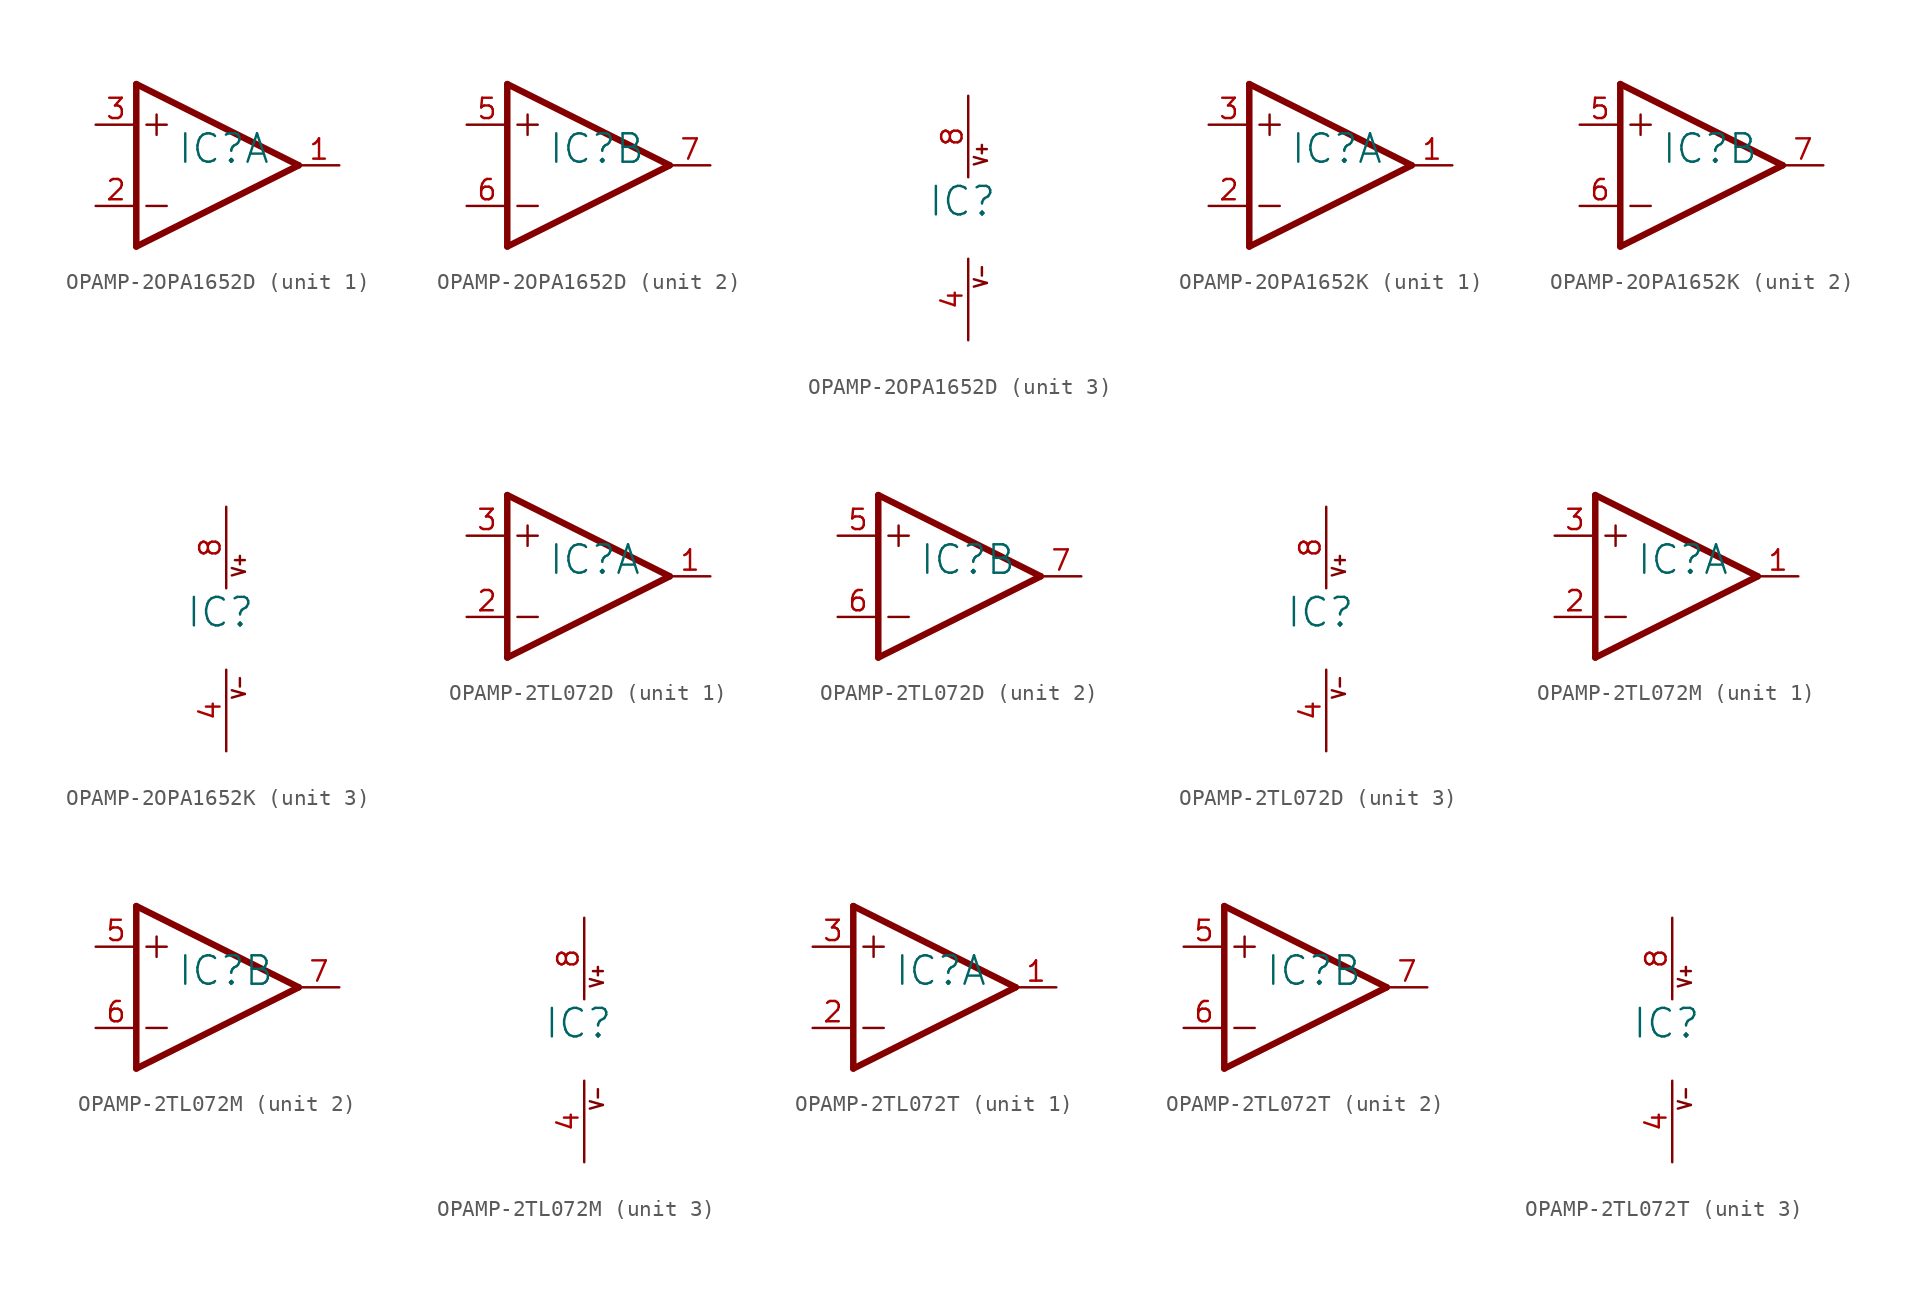
<source format=kicad_sym>
(kicad_symbol_lib
  (version 20231120)
  (generator "kicad_symbol_editor")
  (generator_version "8.0")
  (symbol "OPAMP-2OPA1652D"
    (property "Reference" "IC"
      (at -2.54 0 0)
      (effects (font (size 1.778 1.778)) (justify left bottom)))
    (property "ki_locked" ""
      (at 0 0 0)
      (effects (font (size 1.27 1.27))))
    (symbol "OPAMP-2OPA1652D_1_0"
      (polyline (pts (xy -5.08 -5.08) (xy 5.08 0)) (stroke (width 0.406) (type solid)) (fill (type none)))
      (polyline (pts (xy -5.08 5.08) (xy -5.08 -5.08)) (stroke (width 0.406) (type solid)) (fill (type none)))
      (polyline (pts (xy -4.445 -2.54) (xy -3.175 -2.54)) (stroke (width 0.152) (type solid)) (fill (type none)))
      (polyline (pts (xy -4.445 2.54) (xy -3.175 2.54)) (stroke (width 0.152) (type solid)) (fill (type none)))
      (polyline (pts (xy -3.81 3.175) (xy -3.81 1.905)) (stroke (width 0.152) (type solid)) (fill (type none)))
      (polyline (pts (xy 5.08 0) (xy -5.08 5.08)) (stroke (width 0.406) (type solid)) (fill (type none)))
      (pin output line (at 7.62 0 180) (length 2.54) (name "OUT" (effects (font (size 0 0)))) (number "1" (effects (font (size 1.27 1.27)))))
      (pin input line (at -7.62 -2.54 0) (length 2.54) (name "-IN" (effects (font (size 0 0)))) (number "2" (effects (font (size 1.27 1.27)))))
      (pin input line (at -7.62 2.54 0) (length 2.54) (name "+IN" (effects (font (size 0 0)))) (number "3" (effects (font (size 1.27 1.27))))))
    (symbol "OPAMP-2OPA1652D_2_0"
      (polyline (pts (xy -5.08 -5.08) (xy 5.08 0)) (stroke (width 0.406) (type solid)) (fill (type none)))
      (polyline (pts (xy -5.08 5.08) (xy -5.08 -5.08)) (stroke (width 0.406) (type solid)) (fill (type none)))
      (polyline (pts (xy -4.445 -2.54) (xy -3.175 -2.54)) (stroke (width 0.152) (type solid)) (fill (type none)))
      (polyline (pts (xy -4.445 2.54) (xy -3.175 2.54)) (stroke (width 0.152) (type solid)) (fill (type none)))
      (polyline (pts (xy -3.81 3.175) (xy -3.81 1.905)) (stroke (width 0.152) (type solid)) (fill (type none)))
      (polyline (pts (xy 5.08 0) (xy -5.08 5.08)) (stroke (width 0.406) (type solid)) (fill (type none)))
      (pin input line (at -7.62 2.54 0) (length 2.54) (name "+IN" (effects (font (size 0 0)))) (number "5" (effects (font (size 1.27 1.27)))))
      (pin input line (at -7.62 -2.54 0) (length 2.54) (name "-IN" (effects (font (size 0 0)))) (number "6" (effects (font (size 1.27 1.27)))))
      (pin output line (at 7.62 0 180) (length 2.54) (name "OUT" (effects (font (size 0 0)))) (number "7" (effects (font (size 1.27 1.27))))))
    (symbol "OPAMP-2OPA1652D_3_0"
      (text "V+" (at 1.27 3.175 900) (effects (font (size 0.813 0.691)) (justify left bottom)))
      (text "V-" (at 1.27 -4.445 900) (effects (font (size 0.813 0.691)) (justify left bottom)))
      (pin power_in line (at 0 -7.62 90) (length 5.08) (name "V-" (effects (font (size 0 0)))) (number "4" (effects (font (size 1.27 1.27)))))
      (pin power_in line (at 0 7.62 270) (length 5.08) (name "V+" (effects (font (size 0 0)))) (number "8" (effects (font (size 1.27 1.27)))))))
  (symbol "OPAMP-2OPA1652K"
    (property "Reference" "IC"
      (at -2.54 0 0)
      (effects (font (size 1.778 1.778)) (justify left bottom)))
    (property "ki_locked" ""
      (at 0 0 0)
      (effects (font (size 1.27 1.27))))
    (symbol "OPAMP-2OPA1652K_1_0"
      (polyline (pts (xy -5.08 -5.08) (xy 5.08 0)) (stroke (width 0.406) (type solid)) (fill (type none)))
      (polyline (pts (xy -5.08 5.08) (xy -5.08 -5.08)) (stroke (width 0.406) (type solid)) (fill (type none)))
      (polyline (pts (xy -4.445 -2.54) (xy -3.175 -2.54)) (stroke (width 0.152) (type solid)) (fill (type none)))
      (polyline (pts (xy -4.445 2.54) (xy -3.175 2.54)) (stroke (width 0.152) (type solid)) (fill (type none)))
      (polyline (pts (xy -3.81 3.175) (xy -3.81 1.905)) (stroke (width 0.152) (type solid)) (fill (type none)))
      (polyline (pts (xy 5.08 0) (xy -5.08 5.08)) (stroke (width 0.406) (type solid)) (fill (type none)))
      (pin output line (at 7.62 0 180) (length 2.54) (name "OUT" (effects (font (size 0 0)))) (number "1" (effects (font (size 1.27 1.27)))))
      (pin input line (at -7.62 -2.54 0) (length 2.54) (name "-IN" (effects (font (size 0 0)))) (number "2" (effects (font (size 1.27 1.27)))))
      (pin input line (at -7.62 2.54 0) (length 2.54) (name "+IN" (effects (font (size 0 0)))) (number "3" (effects (font (size 1.27 1.27))))))
    (symbol "OPAMP-2OPA1652K_2_0"
      (polyline (pts (xy -5.08 -5.08) (xy 5.08 0)) (stroke (width 0.406) (type solid)) (fill (type none)))
      (polyline (pts (xy -5.08 5.08) (xy -5.08 -5.08)) (stroke (width 0.406) (type solid)) (fill (type none)))
      (polyline (pts (xy -4.445 -2.54) (xy -3.175 -2.54)) (stroke (width 0.152) (type solid)) (fill (type none)))
      (polyline (pts (xy -4.445 2.54) (xy -3.175 2.54)) (stroke (width 0.152) (type solid)) (fill (type none)))
      (polyline (pts (xy -3.81 3.175) (xy -3.81 1.905)) (stroke (width 0.152) (type solid)) (fill (type none)))
      (polyline (pts (xy 5.08 0) (xy -5.08 5.08)) (stroke (width 0.406) (type solid)) (fill (type none)))
      (pin input line (at -7.62 2.54 0) (length 2.54) (name "+IN" (effects (font (size 0 0)))) (number "5" (effects (font (size 1.27 1.27)))))
      (pin input line (at -7.62 -2.54 0) (length 2.54) (name "-IN" (effects (font (size 0 0)))) (number "6" (effects (font (size 1.27 1.27)))))
      (pin output line (at 7.62 0 180) (length 2.54) (name "OUT" (effects (font (size 0 0)))) (number "7" (effects (font (size 1.27 1.27))))))
    (symbol "OPAMP-2OPA1652K_3_0"
      (text "V+" (at 1.27 3.175 900) (effects (font (size 0.813 0.691)) (justify left bottom)))
      (text "V-" (at 1.27 -4.445 900) (effects (font (size 0.813 0.691)) (justify left bottom)))
      (pin power_in line (at 0 -7.62 90) (length 5.08) (name "V-" (effects (font (size 0 0)))) (number "4" (effects (font (size 1.27 1.27)))))
      (pin power_in line (at 0 7.62 270) (length 5.08) (name "V+" (effects (font (size 0 0)))) (number "8" (effects (font (size 1.27 1.27)))))))
  (symbol "OPAMP-2TL072D"
    (property "Reference" "IC"
      (at -2.54 0 0)
      (effects (font (size 1.778 1.778)) (justify left bottom)))
    (property "ki_locked" ""
      (at 0 0 0)
      (effects (font (size 1.27 1.27))))
    (symbol "OPAMP-2TL072D_1_0"
      (polyline (pts (xy -5.08 -5.08) (xy 5.08 0)) (stroke (width 0.406) (type solid)) (fill (type none)))
      (polyline (pts (xy -5.08 5.08) (xy -5.08 -5.08)) (stroke (width 0.406) (type solid)) (fill (type none)))
      (polyline (pts (xy -4.445 -2.54) (xy -3.175 -2.54)) (stroke (width 0.152) (type solid)) (fill (type none)))
      (polyline (pts (xy -4.445 2.54) (xy -3.175 2.54)) (stroke (width 0.152) (type solid)) (fill (type none)))
      (polyline (pts (xy -3.81 3.175) (xy -3.81 1.905)) (stroke (width 0.152) (type solid)) (fill (type none)))
      (polyline (pts (xy 5.08 0) (xy -5.08 5.08)) (stroke (width 0.406) (type solid)) (fill (type none)))
      (pin output line (at 7.62 0 180) (length 2.54) (name "OUT" (effects (font (size 0 0)))) (number "1" (effects (font (size 1.27 1.27)))))
      (pin input line (at -7.62 -2.54 0) (length 2.54) (name "-IN" (effects (font (size 0 0)))) (number "2" (effects (font (size 1.27 1.27)))))
      (pin input line (at -7.62 2.54 0) (length 2.54) (name "+IN" (effects (font (size 0 0)))) (number "3" (effects (font (size 1.27 1.27))))))
    (symbol "OPAMP-2TL072D_2_0"
      (polyline (pts (xy -5.08 -5.08) (xy 5.08 0)) (stroke (width 0.406) (type solid)) (fill (type none)))
      (polyline (pts (xy -5.08 5.08) (xy -5.08 -5.08)) (stroke (width 0.406) (type solid)) (fill (type none)))
      (polyline (pts (xy -4.445 -2.54) (xy -3.175 -2.54)) (stroke (width 0.152) (type solid)) (fill (type none)))
      (polyline (pts (xy -4.445 2.54) (xy -3.175 2.54)) (stroke (width 0.152) (type solid)) (fill (type none)))
      (polyline (pts (xy -3.81 3.175) (xy -3.81 1.905)) (stroke (width 0.152) (type solid)) (fill (type none)))
      (polyline (pts (xy 5.08 0) (xy -5.08 5.08)) (stroke (width 0.406) (type solid)) (fill (type none)))
      (pin input line (at -7.62 2.54 0) (length 2.54) (name "+IN" (effects (font (size 0 0)))) (number "5" (effects (font (size 1.27 1.27)))))
      (pin input line (at -7.62 -2.54 0) (length 2.54) (name "-IN" (effects (font (size 0 0)))) (number "6" (effects (font (size 1.27 1.27)))))
      (pin output line (at 7.62 0 180) (length 2.54) (name "OUT" (effects (font (size 0 0)))) (number "7" (effects (font (size 1.27 1.27))))))
    (symbol "OPAMP-2TL072D_3_0"
      (text "V+" (at 1.27 3.175 900) (effects (font (size 0.813 0.691)) (justify left bottom)))
      (text "V-" (at 1.27 -4.445 900) (effects (font (size 0.813 0.691)) (justify left bottom)))
      (pin power_in line (at 0 -7.62 90) (length 5.08) (name "V-" (effects (font (size 0 0)))) (number "4" (effects (font (size 1.27 1.27)))))
      (pin power_in line (at 0 7.62 270) (length 5.08) (name "V+" (effects (font (size 0 0)))) (number "8" (effects (font (size 1.27 1.27)))))))
  (symbol "OPAMP-2TL072M"
    (property "Reference" "IC"
      (at -2.54 0 0)
      (effects (font (size 1.778 1.778)) (justify left bottom)))
    (property "ki_locked" ""
      (at 0 0 0)
      (effects (font (size 1.27 1.27))))
    (symbol "OPAMP-2TL072M_1_0"
      (polyline (pts (xy -5.08 -5.08) (xy 5.08 0)) (stroke (width 0.406) (type solid)) (fill (type none)))
      (polyline (pts (xy -5.08 5.08) (xy -5.08 -5.08)) (stroke (width 0.406) (type solid)) (fill (type none)))
      (polyline (pts (xy -4.445 -2.54) (xy -3.175 -2.54)) (stroke (width 0.152) (type solid)) (fill (type none)))
      (polyline (pts (xy -4.445 2.54) (xy -3.175 2.54)) (stroke (width 0.152) (type solid)) (fill (type none)))
      (polyline (pts (xy -3.81 3.175) (xy -3.81 1.905)) (stroke (width 0.152) (type solid)) (fill (type none)))
      (polyline (pts (xy 5.08 0) (xy -5.08 5.08)) (stroke (width 0.406) (type solid)) (fill (type none)))
      (pin output line (at 7.62 0 180) (length 2.54) (name "OUT" (effects (font (size 0 0)))) (number "1" (effects (font (size 1.27 1.27)))))
      (pin input line (at -7.62 -2.54 0) (length 2.54) (name "-IN" (effects (font (size 0 0)))) (number "2" (effects (font (size 1.27 1.27)))))
      (pin input line (at -7.62 2.54 0) (length 2.54) (name "+IN" (effects (font (size 0 0)))) (number "3" (effects (font (size 1.27 1.27))))))
    (symbol "OPAMP-2TL072M_2_0"
      (polyline (pts (xy -5.08 -5.08) (xy 5.08 0)) (stroke (width 0.406) (type solid)) (fill (type none)))
      (polyline (pts (xy -5.08 5.08) (xy -5.08 -5.08)) (stroke (width 0.406) (type solid)) (fill (type none)))
      (polyline (pts (xy -4.445 -2.54) (xy -3.175 -2.54)) (stroke (width 0.152) (type solid)) (fill (type none)))
      (polyline (pts (xy -4.445 2.54) (xy -3.175 2.54)) (stroke (width 0.152) (type solid)) (fill (type none)))
      (polyline (pts (xy -3.81 3.175) (xy -3.81 1.905)) (stroke (width 0.152) (type solid)) (fill (type none)))
      (polyline (pts (xy 5.08 0) (xy -5.08 5.08)) (stroke (width 0.406) (type solid)) (fill (type none)))
      (pin input line (at -7.62 2.54 0) (length 2.54) (name "+IN" (effects (font (size 0 0)))) (number "5" (effects (font (size 1.27 1.27)))))
      (pin input line (at -7.62 -2.54 0) (length 2.54) (name "-IN" (effects (font (size 0 0)))) (number "6" (effects (font (size 1.27 1.27)))))
      (pin output line (at 7.62 0 180) (length 2.54) (name "OUT" (effects (font (size 0 0)))) (number "7" (effects (font (size 1.27 1.27))))))
    (symbol "OPAMP-2TL072M_3_0"
      (text "V+" (at 1.27 3.175 900) (effects (font (size 0.813 0.691)) (justify left bottom)))
      (text "V-" (at 1.27 -4.445 900) (effects (font (size 0.813 0.691)) (justify left bottom)))
      (pin power_in line (at 0 -7.62 90) (length 5.08) (name "V-" (effects (font (size 0 0)))) (number "4" (effects (font (size 1.27 1.27)))))
      (pin power_in line (at 0 7.62 270) (length 5.08) (name "V+" (effects (font (size 0 0)))) (number "8" (effects (font (size 1.27 1.27)))))))
  (symbol "OPAMP-2TL072T"
    (property "Reference" "IC"
      (at -2.54 0 0)
      (effects (font (size 1.778 1.778)) (justify left bottom)))
    (property "ki_locked" ""
      (at 0 0 0)
      (effects (font (size 1.27 1.27))))
    (symbol "OPAMP-2TL072T_1_0"
      (polyline (pts (xy -5.08 -5.08) (xy 5.08 0)) (stroke (width 0.406) (type solid)) (fill (type none)))
      (polyline (pts (xy -5.08 5.08) (xy -5.08 -5.08)) (stroke (width 0.406) (type solid)) (fill (type none)))
      (polyline (pts (xy -4.445 -2.54) (xy -3.175 -2.54)) (stroke (width 0.152) (type solid)) (fill (type none)))
      (polyline (pts (xy -4.445 2.54) (xy -3.175 2.54)) (stroke (width 0.152) (type solid)) (fill (type none)))
      (polyline (pts (xy -3.81 3.175) (xy -3.81 1.905)) (stroke (width 0.152) (type solid)) (fill (type none)))
      (polyline (pts (xy 5.08 0) (xy -5.08 5.08)) (stroke (width 0.406) (type solid)) (fill (type none)))
      (pin output line (at 7.62 0 180) (length 2.54) (name "OUT" (effects (font (size 0 0)))) (number "1" (effects (font (size 1.27 1.27)))))
      (pin input line (at -7.62 -2.54 0) (length 2.54) (name "-IN" (effects (font (size 0 0)))) (number "2" (effects (font (size 1.27 1.27)))))
      (pin input line (at -7.62 2.54 0) (length 2.54) (name "+IN" (effects (font (size 0 0)))) (number "3" (effects (font (size 1.27 1.27))))))
    (symbol "OPAMP-2TL072T_2_0"
      (polyline (pts (xy -5.08 -5.08) (xy 5.08 0)) (stroke (width 0.406) (type solid)) (fill (type none)))
      (polyline (pts (xy -5.08 5.08) (xy -5.08 -5.08)) (stroke (width 0.406) (type solid)) (fill (type none)))
      (polyline (pts (xy -4.445 -2.54) (xy -3.175 -2.54)) (stroke (width 0.152) (type solid)) (fill (type none)))
      (polyline (pts (xy -4.445 2.54) (xy -3.175 2.54)) (stroke (width 0.152) (type solid)) (fill (type none)))
      (polyline (pts (xy -3.81 3.175) (xy -3.81 1.905)) (stroke (width 0.152) (type solid)) (fill (type none)))
      (polyline (pts (xy 5.08 0) (xy -5.08 5.08)) (stroke (width 0.406) (type solid)) (fill (type none)))
      (pin input line (at -7.62 2.54 0) (length 2.54) (name "+IN" (effects (font (size 0 0)))) (number "5" (effects (font (size 1.27 1.27)))))
      (pin input line (at -7.62 -2.54 0) (length 2.54) (name "-IN" (effects (font (size 0 0)))) (number "6" (effects (font (size 1.27 1.27)))))
      (pin output line (at 7.62 0 180) (length 2.54) (name "OUT" (effects (font (size 0 0)))) (number "7" (effects (font (size 1.27 1.27))))))
    (symbol "OPAMP-2TL072T_3_0"
      (text "V+" (at 1.27 3.175 900) (effects (font (size 0.813 0.691)) (justify left bottom)))
      (text "V-" (at 1.27 -4.445 900) (effects (font (size 0.813 0.691)) (justify left bottom)))
      (pin power_in line (at 0 -7.62 90) (length 5.08) (name "V-" (effects (font (size 0 0)))) (number "4" (effects (font (size 1.27 1.27)))))
      (pin power_in line (at 0 7.62 270) (length 5.08) (name "V+" (effects (font (size 0 0)))) (number "8" (effects (font (size 1.27 1.27))))))))
</source>
